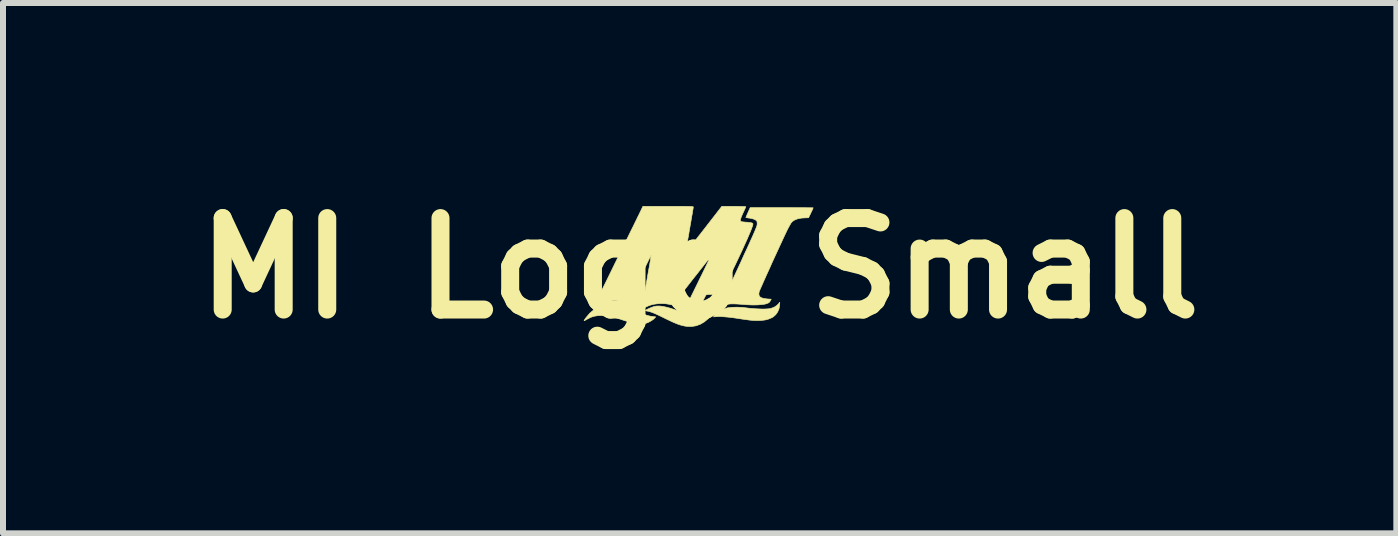
<source format=kicad_pcb>
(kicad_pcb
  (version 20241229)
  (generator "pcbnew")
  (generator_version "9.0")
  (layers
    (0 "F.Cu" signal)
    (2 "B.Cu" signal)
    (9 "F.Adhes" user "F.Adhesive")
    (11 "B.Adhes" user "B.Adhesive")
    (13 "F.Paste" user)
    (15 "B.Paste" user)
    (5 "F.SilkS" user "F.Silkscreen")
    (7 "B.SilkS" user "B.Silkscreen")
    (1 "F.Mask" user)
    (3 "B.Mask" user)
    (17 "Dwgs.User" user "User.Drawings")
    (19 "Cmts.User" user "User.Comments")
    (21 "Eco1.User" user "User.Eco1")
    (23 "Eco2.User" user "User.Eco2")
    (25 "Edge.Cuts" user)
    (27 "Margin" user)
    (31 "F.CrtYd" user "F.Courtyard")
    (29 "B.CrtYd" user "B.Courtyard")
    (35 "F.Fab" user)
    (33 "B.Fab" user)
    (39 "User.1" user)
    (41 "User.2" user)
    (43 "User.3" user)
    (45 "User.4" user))
  (footprint "MI Logo Small"
    (layer "F.Cu")
    (at 8.607 1.418)
    (property "Reference" "MI Logo Small" (at 0 0 0) (layer "F.SilkS") (effects (font (size 1.524 1.524) (thickness 0.3))))
    (attr through_hole)
    (fp_poly (pts (xy 1.332 0.618) (xy 1.322 0.675) (xy 1.3 0.728) (xy 1.268 0.774) (xy 1.227 0.81) (xy 1.219 0.816) (xy 1.199 0.826) (xy 1.172 0.838) (xy 1.142 0.85) (xy 1.138 0.851) (xy 1.091 0.863) (xy 1.033 0.87) (xy 0.967 0.873) (xy 0.897 0.871) (xy 0.829 0.865) (xy 0.794 0.86) (xy 0.749 0.854) (xy 0.7 0.847) (xy 0.652 0.84) (xy 0.635 0.837) (xy 0.553 0.825) (xy 0.477 0.816) (xy 0.409 0.81) (xy 0.35 0.806) (xy 0.303 0.806) (xy 0.283 0.807) (xy 0.231 0.812) (xy 0.246 0.792) (xy 0.27 0.763) (xy 0.302 0.734) (xy 0.337 0.709) (xy 0.347 0.703) (xy 0.401 0.679) (xy 0.465 0.661) (xy 0.54 0.652) (xy 0.625 0.65) (xy 0.721 0.655) (xy 0.797 0.664) (xy 0.86 0.671) (xy 0.924 0.676) (xy 0.987 0.679) (xy 1.047 0.681) (xy 1.101 0.68) (xy 1.146 0.677) (xy 1.181 0.672) (xy 1.185 0.671) (xy 1.24 0.651) (xy 1.286 0.621) (xy 1.309 0.598) (xy 1.335 0.568) (xy 1.332 0.618)) (stroke (width 0.01) (type solid)) (fill yes) (layer "F.SilkS"))
    (fp_poly (pts (xy -0.614 0.637) (xy -0.553 0.65) (xy -0.482 0.669) (xy -0.401 0.696) (xy -0.341 0.717) (xy -0.281 0.739) (xy -0.231 0.757) (xy -0.19 0.77) (xy -0.155 0.78) (xy -0.125 0.786) (xy -0.097 0.79) (xy -0.069 0.793) (xy -0.039 0.793) (xy -0.032 0.793) (xy 0.048 0.789) (xy 0.119 0.774) (xy 0.18 0.75) (xy 0.221 0.724) (xy 0.237 0.712) (xy 0.248 0.706) (xy 0.25 0.706) (xy 0.25 0.71) (xy 0.243 0.723) (xy 0.229 0.742) (xy 0.211 0.766) (xy 0.19 0.79) (xy 0.167 0.815) (xy 0.146 0.838) (xy 0.14 0.843) (xy 0.076 0.896) (xy 0.009 0.935) (xy -0.061 0.96) (xy -0.134 0.972) (xy -0.211 0.97) (xy -0.257 0.963) (xy -0.294 0.954) (xy -0.331 0.944) (xy -0.371 0.93) (xy -0.415 0.912) (xy -0.465 0.89) (xy -0.524 0.862) (xy -0.578 0.836) (xy -0.645 0.803) (xy -0.7 0.777) (xy -0.746 0.756) (xy -0.785 0.74) (xy -0.817 0.729) (xy -0.845 0.721) (xy -0.869 0.716) (xy -0.87 0.716) (xy -0.889 0.712) (xy -0.901 0.707) (xy -0.903 0.705) (xy -0.897 0.699) (xy -0.881 0.689) (xy -0.857 0.677) (xy -0.829 0.665) (xy -0.799 0.653) (xy -0.772 0.643) (xy -0.753 0.637) (xy -0.713 0.631) (xy -0.667 0.631) (xy -0.614 0.637)) (stroke (width 0.01) (type solid)) (fill yes) (layer "F.SilkS"))
    (fp_poly (pts (xy -1.443 0.603) (xy -1.399 0.609) (xy -1.351 0.619) (xy -1.298 0.634) (xy -1.237 0.654) (xy -1.166 0.679) (xy -1.098 0.705) (xy -1.031 0.731) (xy -0.975 0.752) (xy -0.929 0.768) (xy -0.892 0.781) (xy -0.862 0.79) (xy -0.838 0.796) (xy -0.817 0.8) (xy -0.814 0.801) (xy -0.788 0.804) (xy -0.763 0.808) (xy -0.756 0.809) (xy -0.732 0.812) (xy -0.759 0.841) (xy -0.779 0.858) (xy -0.807 0.876) (xy -0.836 0.893) (xy -0.839 0.895) (xy -0.862 0.906) (xy -0.88 0.913) (xy -0.897 0.918) (xy -0.917 0.92) (xy -0.945 0.922) (xy -0.98 0.922) (xy -1.03 0.922) (xy -1.07 0.92) (xy -1.106 0.915) (xy -1.125 0.911) (xy -1.151 0.904) (xy -1.186 0.893) (xy -1.228 0.881) (xy -1.273 0.866) (xy -1.307 0.855) (xy -1.369 0.834) (xy -1.419 0.818) (xy -1.462 0.806) (xy -1.499 0.798) (xy -1.533 0.792) (xy -1.566 0.789) (xy -1.601 0.788) (xy -1.626 0.788) (xy -1.697 0.791) (xy -1.759 0.801) (xy -1.814 0.819) (xy -1.866 0.845) (xy -1.875 0.85) (xy -1.898 0.863) (xy -1.916 0.872) (xy -1.925 0.876) (xy -1.926 0.875) (xy -1.922 0.865) (xy -1.91 0.847) (xy -1.893 0.824) (xy -1.872 0.799) (xy -1.851 0.774) (xy -1.831 0.751) (xy -1.821 0.742) (xy -1.756 0.687) (xy -1.688 0.645) (xy -1.618 0.617) (xy -1.546 0.603) (xy -1.527 0.602) (xy -1.485 0.601) (xy -1.443 0.603)) (stroke (width 0.01) (type solid)) (fill yes) (layer "F.SilkS"))
    (fp_poly (pts (xy 1.451 -1.009) (xy 1.531 -1.009) (xy 1.607 -1.008) (xy 1.675 -1.008) (xy 1.736 -1.008) (xy 1.789 -1.007) (xy 1.832 -1.007) (xy 1.864 -1.006) (xy 1.884 -1.006) (xy 1.891 -1.005) (xy 1.891 -1.005) (xy 1.888 -0.997) (xy 1.88 -0.98) (xy 1.869 -0.954) (xy 1.854 -0.924) (xy 1.853 -0.92) (xy 1.814 -0.84) (xy 1.77 -0.839) (xy 1.699 -0.835) (xy 1.638 -0.824) (xy 1.587 -0.805) (xy 1.547 -0.78) (xy 1.531 -0.763) (xy 1.52 -0.748) (xy 1.505 -0.722) (xy 1.487 -0.69) (xy 1.468 -0.654) (xy 1.46 -0.639) (xy 1.443 -0.603) (xy 1.422 -0.559) (xy 1.398 -0.508) (xy 1.371 -0.449) (xy 1.341 -0.385) (xy 1.31 -0.317) (xy 1.277 -0.246) (xy 1.244 -0.174) (xy 1.21 -0.101) (xy 1.178 -0.028) (xy 1.146 0.043) (xy 1.115 0.11) (xy 1.087 0.173) (xy 1.061 0.231) (xy 1.039 0.282) (xy 1.02 0.324) (xy 1.005 0.358) (xy 0.996 0.381) (xy 0.991 0.393) (xy 0.986 0.428) (xy 0.99 0.456) (xy 1.005 0.478) (xy 1.031 0.494) (xy 1.069 0.505) (xy 1.12 0.512) (xy 1.128 0.513) (xy 1.192 0.517) (xy 1.177 0.545) (xy 1.158 0.571) (xy 1.137 0.583) (xy 1.092 0.598) (xy 1.033 0.607) (xy 0.962 0.612) (xy 0.877 0.613) (xy 0.779 0.609) (xy 0.695 0.602) (xy 0.641 0.598) (xy 0.598 0.596) (xy 0.562 0.595) (xy 0.53 0.595) (xy 0.498 0.597) (xy 0.485 0.599) (xy 0.43 0.607) (xy 0.373 0.62) (xy 0.319 0.636) (xy 0.272 0.655) (xy 0.249 0.667) (xy 0.235 0.675) (xy 0.22 0.68) (xy 0.202 0.683) (xy 0.177 0.684) (xy 0.142 0.684) (xy 0.064 0.684) (xy 0.089 0.63) (xy 0.102 0.599) (xy 0.116 0.57) (xy 0.128 0.546) (xy 0.129 0.543) (xy 0.145 0.512) (xy 0.236 0.508) (xy 0.275 0.506) (xy 0.303 0.504) (xy 0.323 0.501) (xy 0.339 0.496) (xy 0.355 0.489) (xy 0.366 0.483) (xy 0.403 0.457) (xy 0.432 0.425) (xy 0.441 0.411) (xy 0.456 0.384) (xy 0.475 0.344) (xy 0.501 0.292) (xy 0.532 0.228) (xy 0.568 0.152) (xy 0.609 0.064) (xy 0.655 -0.035) (xy 0.706 -0.146) (xy 0.707 -0.15) (xy 0.752 -0.248) (xy 0.792 -0.333) (xy 0.826 -0.408) (xy 0.855 -0.473) (xy 0.88 -0.528) (xy 0.9 -0.574) (xy 0.917 -0.613) (xy 0.93 -0.644) (xy 0.94 -0.669) (xy 0.948 -0.69) (xy 0.953 -0.705) (xy 0.956 -0.717) (xy 0.958 -0.726) (xy 0.958 -0.727) (xy 0.958 -0.754) (xy 0.956 -0.775) (xy 0.953 -0.782) (xy 0.936 -0.8) (xy 0.907 -0.815) (xy 0.868 -0.827) (xy 0.831 -0.834) (xy 0.804 -0.837) (xy 0.783 -0.841) (xy 0.772 -0.843) (xy 0.77 -0.843) (xy 0.772 -0.85) (xy 0.779 -0.867) (xy 0.79 -0.892) (xy 0.803 -0.922) (xy 0.805 -0.927) (xy 0.842 -1.009) (xy 1.366 -1.009) (xy 1.451 -1.009)) (stroke (width 0.01) (type solid)) (fill yes) (layer "F.SilkS"))
    (fp_poly (pts (xy -0.438 -1.03) (xy -0.364 -1.03) (xy -0.301 -1.03) (xy -0.25 -1.03) (xy -0.208 -1.029) (xy -0.175 -1.029) (xy -0.151 -1.028) (xy -0.132 -1.027) (xy -0.12 -1.025) (xy -0.112 -1.024) (xy -0.108 -1.022) (xy -0.106 -1.019) (xy -0.106 -1.018) (xy -0.107 -1.009) (xy -0.11 -0.988) (xy -0.116 -0.956) (xy -0.122 -0.916) (xy -0.131 -0.867) (xy -0.14 -0.813) (xy -0.15 -0.754) (xy -0.161 -0.692) (xy -0.172 -0.629) (xy -0.182 -0.567) (xy -0.193 -0.506) (xy -0.203 -0.449) (xy -0.212 -0.396) (xy -0.22 -0.351) (xy -0.227 -0.313) (xy -0.232 -0.285) (xy -0.235 -0.269) (xy -0.236 -0.266) (xy -0.237 -0.256) (xy -0.236 -0.254) (xy -0.232 -0.259) (xy -0.219 -0.275) (xy -0.199 -0.3) (xy -0.173 -0.334) (xy -0.141 -0.375) (xy -0.103 -0.423) (xy -0.061 -0.476) (xy -0.016 -0.535) (xy 0.033 -0.597) (xy 0.068 -0.642) (xy 0.369 -1.03) (xy 0.569 -1.03) (xy 0.62 -1.03) (xy 0.667 -1.029) (xy 0.707 -1.028) (xy 0.738 -1.027) (xy 0.76 -1.026) (xy 0.769 -1.024) (xy 0.769 -1.024) (xy 0.766 -1.016) (xy 0.758 -0.997) (xy 0.746 -0.971) (xy 0.732 -0.94) (xy 0.726 -0.928) (xy 0.705 -0.881) (xy 0.69 -0.844) (xy 0.681 -0.817) (xy 0.678 -0.798) (xy 0.681 -0.785) (xy 0.683 -0.781) (xy 0.696 -0.775) (xy 0.722 -0.771) (xy 0.762 -0.767) (xy 0.768 -0.767) (xy 0.802 -0.764) (xy 0.833 -0.76) (xy 0.857 -0.757) (xy 0.868 -0.754) (xy 0.883 -0.747) (xy 0.888 -0.738) (xy 0.886 -0.723) (xy 0.879 -0.699) (xy 0.866 -0.663) (xy 0.847 -0.614) (xy 0.822 -0.555) (xy 0.792 -0.485) (xy 0.755 -0.404) (xy 0.714 -0.313) (xy 0.667 -0.212) (xy 0.615 -0.102) (xy 0.558 0.017) (xy 0.497 0.144) (xy 0.464 0.212) (xy 0.436 0.269) (xy 0.413 0.314) (xy 0.393 0.349) (xy 0.377 0.376) (xy 0.362 0.396) (xy 0.348 0.41) (xy 0.333 0.42) (xy 0.318 0.427) (xy 0.316 0.428) (xy 0.3 0.431) (xy 0.273 0.434) (xy 0.24 0.436) (xy 0.205 0.437) (xy 0.166 0.438) (xy 0.138 0.439) (xy 0.12 0.442) (xy 0.109 0.446) (xy 0.105 0.448) (xy 0.099 0.458) (xy 0.088 0.479) (xy 0.073 0.508) (xy 0.056 0.543) (xy 0.038 0.583) (xy 0.035 0.589) (xy 0.014 0.636) (xy -0.002 0.671) (xy -0.015 0.696) (xy -0.025 0.712) (xy -0.033 0.72) (xy -0.038 0.722) (xy -0.068 0.726) (xy -0.105 0.723) (xy -0.151 0.712) (xy -0.177 0.704) (xy -0.245 0.681) (xy -0.034 0.251) (xy 0.001 0.178) (xy 0.035 0.11) (xy 0.066 0.046) (xy 0.094 -0.012) (xy 0.119 -0.063) (xy 0.14 -0.107) (xy 0.156 -0.141) (xy 0.168 -0.165) (xy 0.174 -0.178) (xy 0.175 -0.181) (xy 0.17 -0.175) (xy 0.158 -0.16) (xy 0.139 -0.136) (xy 0.113 -0.104) (xy 0.082 -0.065) (xy 0.047 -0.02) (xy 0.008 0.029) (xy -0.033 0.082) (xy -0.077 0.137) (xy -0.122 0.194) (xy -0.167 0.252) (xy -0.211 0.308) (xy -0.254 0.363) (xy -0.295 0.415) (xy -0.333 0.463) (xy -0.366 0.506) (xy -0.395 0.543) (xy -0.418 0.573) (xy -0.435 0.595) (xy -0.442 0.604) (xy -0.448 0.609) (xy -0.456 0.611) (xy -0.47 0.61) (xy -0.494 0.605) (xy -0.506 0.602) (xy -0.57 0.592) (xy -0.639 0.589) (xy -0.708 0.593) (xy -0.775 0.603) (xy -0.835 0.62) (xy -0.886 0.642) (xy -0.888 0.643) (xy -0.918 0.657) (xy -0.94 0.661) (xy -0.953 0.656) (xy -0.957 0.64) (xy -0.956 0.633) (xy -0.94 0.541) (xy -0.923 0.449) (xy -0.907 0.36) (xy -0.892 0.273) (xy -0.877 0.189) (xy -0.864 0.111) (xy -0.851 0.038) (xy -0.839 -0.027) (xy -0.829 -0.085) (xy -0.821 -0.133) (xy -0.815 -0.172) (xy -0.81 -0.199) (xy -0.808 -0.214) (xy -0.807 -0.217) (xy -0.811 -0.211) (xy -0.821 -0.193) (xy -0.836 -0.164) (xy -0.856 -0.123) (xy -0.882 -0.07) (xy -0.913 -0.008) (xy -0.949 0.065) (xy -0.989 0.147) (xy -1.034 0.238) (xy -1.083 0.338) (xy -1.094 0.362) (xy -1.123 0.421) (xy -1.147 0.47) (xy -1.166 0.508) (xy -1.181 0.536) (xy -1.192 0.557) (xy -1.201 0.57) (xy -1.208 0.578) (xy -1.213 0.582) (xy -1.217 0.582) (xy -1.272 0.567) (xy -1.316 0.556) (xy -1.351 0.548) (xy -1.379 0.542) (xy -1.404 0.538) (xy -1.427 0.536) (xy -1.451 0.535) (xy -1.464 0.535) (xy -1.544 0.541) (xy -1.618 0.558) (xy -1.684 0.588) (xy -1.731 0.62) (xy -1.748 0.633) (xy -1.758 0.641) (xy -1.761 0.642) (xy -1.76 0.639) (xy -1.757 0.631) (xy -1.75 0.617) (xy -1.74 0.596) (xy -1.727 0.567) (xy -1.71 0.531) (xy -1.688 0.487) (xy -1.663 0.435) (xy -1.633 0.373) (xy -1.598 0.301) (xy -1.557 0.219) (xy -1.512 0.127) (xy -1.461 0.023) (xy -1.405 -0.092) (xy -1.351 -0.201) (xy -1.307 -0.29) (xy -1.264 -0.378) (xy -1.223 -0.463) (xy -1.183 -0.544) (xy -1.146 -0.62) (xy -1.111 -0.69) (xy -1.08 -0.754) (xy -1.053 -0.809) (xy -1.031 -0.855) (xy -1.013 -0.89) (xy -1.002 -0.914) (xy -1.001 -0.915) (xy -0.946 -1.03) (xy -0.526 -1.03) (xy -0.438 -1.03)) (stroke (width 0.01) (type solid)) (fill yes) (layer "F.SilkS")))
  (gr_rect
    (start -3 -3)
    (end 20.214 5.836)
    (stroke (width 0.1) (type default))
    (fill no)
    (layer "Edge.Cuts")))
</source>
